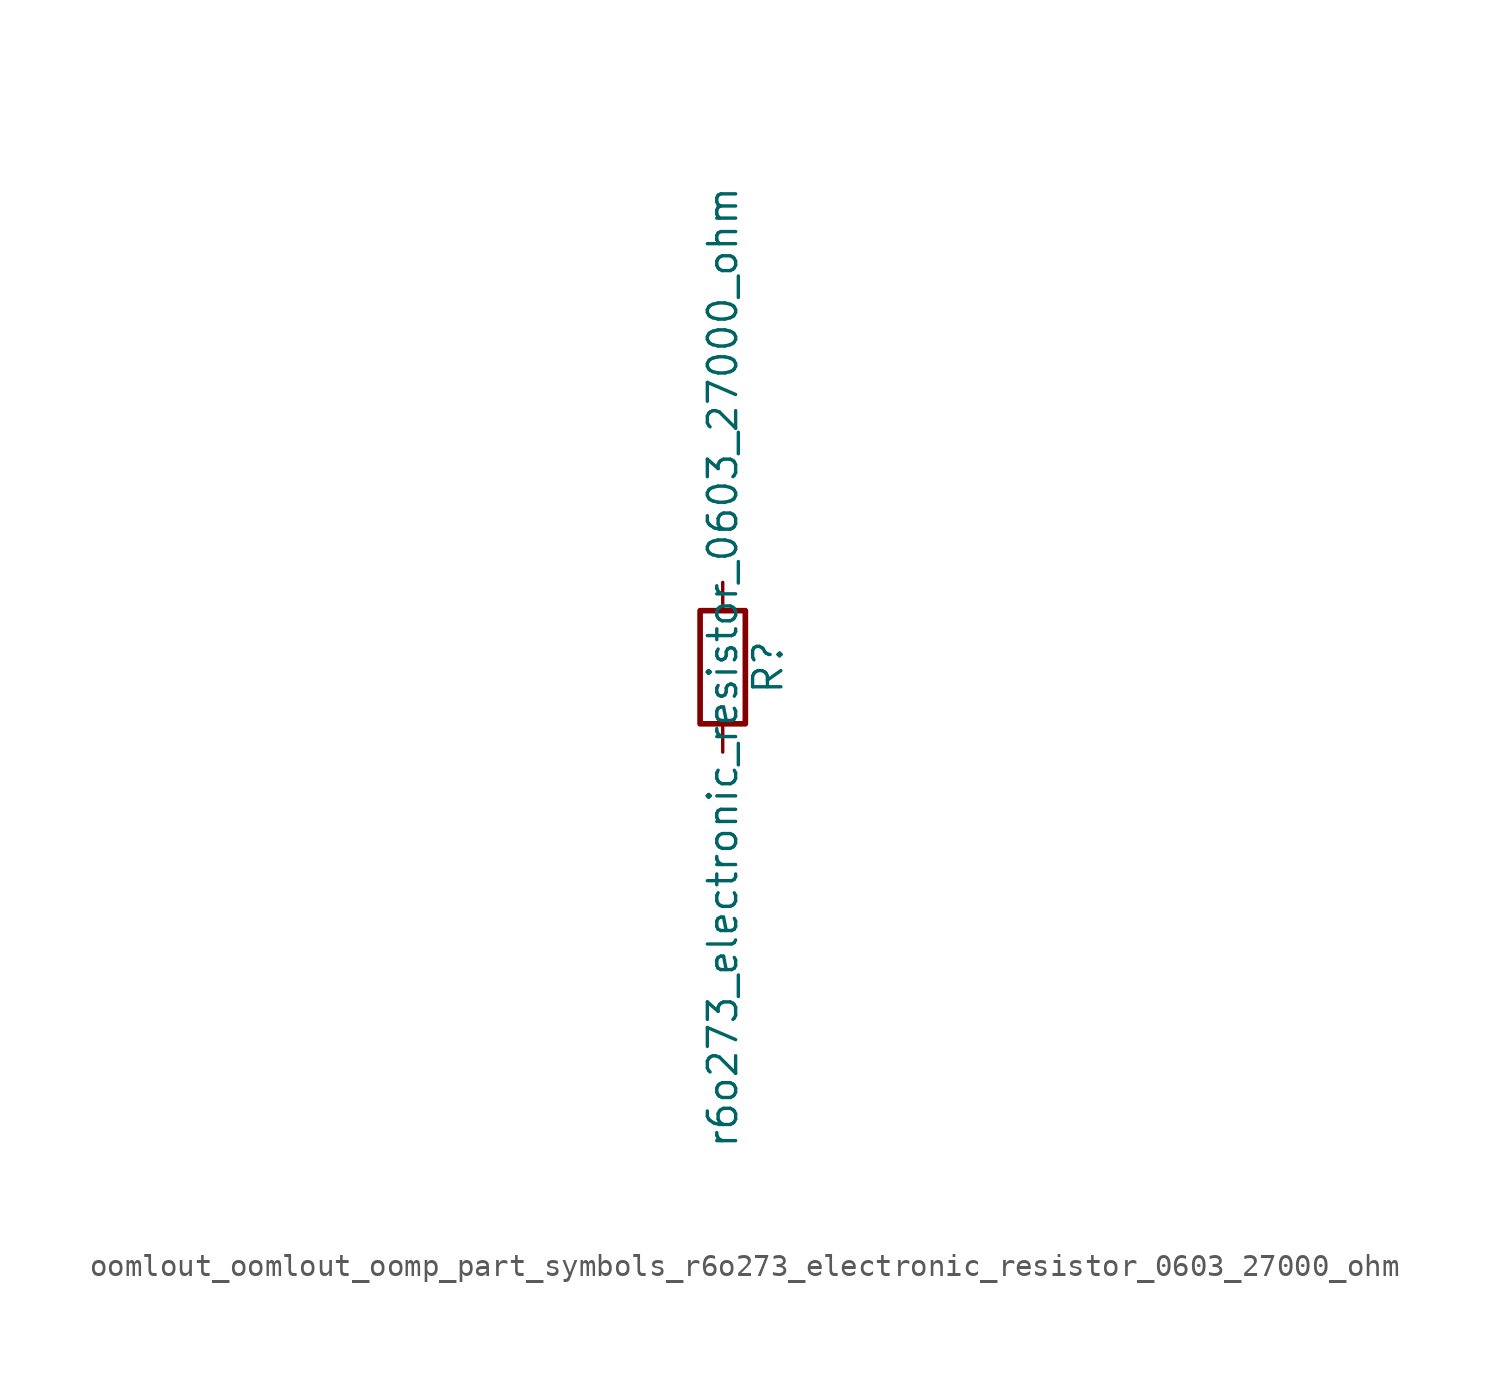
<source format=kicad_sym>
(kicad_symbol_lib
  (version 20220914)
  (generator kicad_symbol_editor)
  (symbol "oomlout_oomlout_oomp_part_symbols_r6o273_electronic_resistor_0603_27000_ohm"
    (pin_numbers hide)
    (pin_names
      (offset 0))
    (property "Reference" "R"
      (at 2.032 0 90)
      (effects (font (size 1.27 1.27))))
    (property "Value" "r6o273_electronic_resistor_0603_27000_ohm"
      (at 0 0 90)
      (effects (font (size 1.27 1.27))))
    (symbol "oomlout_oomlout_oomp_part_symbols_r6o273_electronic_resistor_0603_27000_ohm_0_1"
      (rectangle (start -1.016 -2.54) (end 1.016 2.54) (stroke (width 0.254) (type default)) (fill (type none))))
    (symbol "oomlout_oomlout_oomp_part_symbols_r6o273_electronic_resistor_0603_27000_ohm_1_1"
      (pin passive line (at 0 3.81 270) (length 1.27) (name "~" (effects (font (size 1.27 1.27)))) (number "1" (effects (font (size 1.27 1.27)))))
      (pin passive line (at 0 -3.81 90) (length 1.27) (name "~" (effects (font (size 1.27 1.27)))) (number "2" (effects (font (size 1.27 1.27))))))))
</source>
